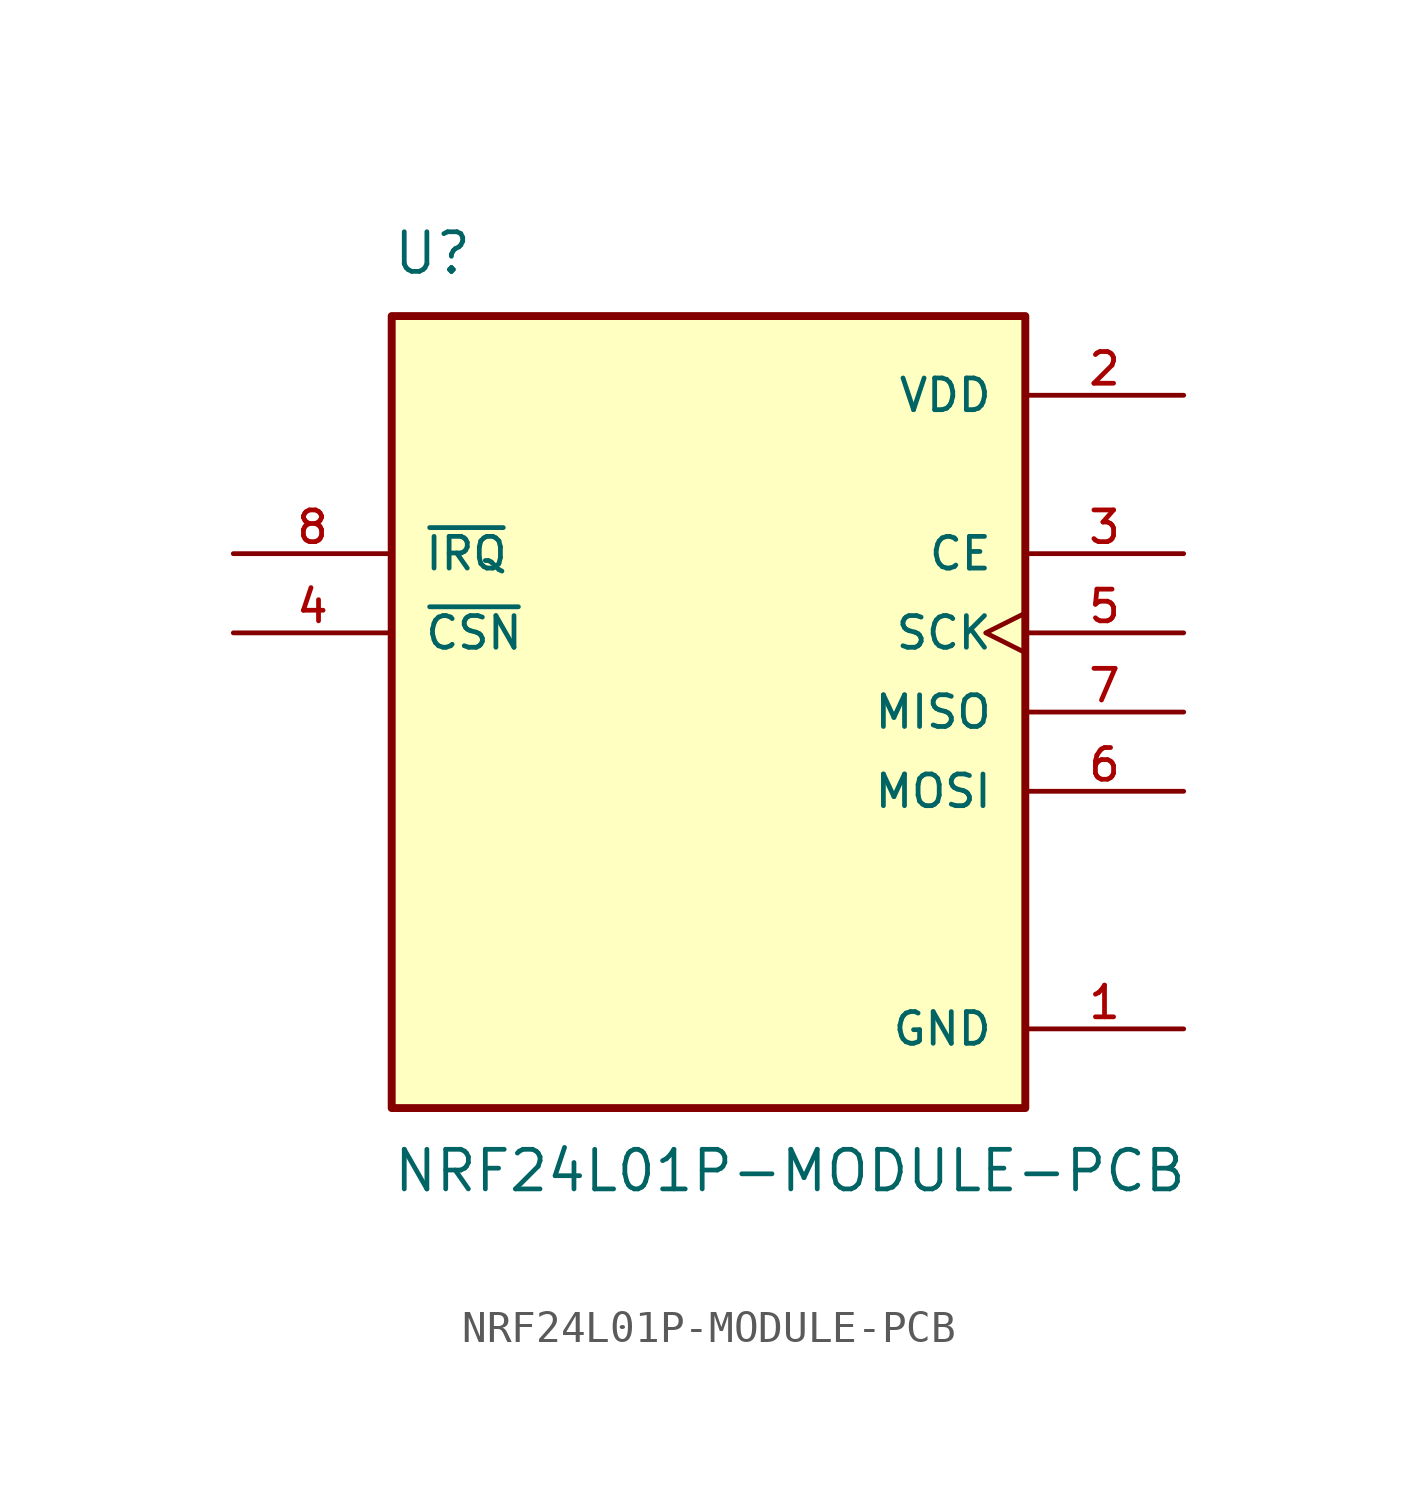
<source format=kicad_sym>
(kicad_symbol_lib
  (version 20211014)
  (generator kicad_symbol_editor)
  (symbol "NRF24L01P-MODULE-PCB"
    (pin_names
      (offset 1.016))
    (property "Reference" "U"
      (at -10.16 13.97 0)
      (effects (font (size 1.27 1.27)) (justify bottom left)))
    (property "Value" "NRF24L01P-MODULE-PCB"
      (at -10.16 -13.97 0)
      (effects (font (size 1.27 1.27)) (justify top left)))
    (symbol "NRF24L01P-MODULE-PCB_0_0"
      (rectangle (start -10.16 -12.7) (end 10.16 12.7) (stroke (width 0.254)) (fill (type background)))
      (pin power_in line (at 15.24 10.16 180.0) (length 5.08) (name "VDD" (effects (font (size 1.016 1.016)))) (number "2" (effects (font (size 1.016 1.016)))))
      (pin power_in line (at 15.24 -10.16 180.0) (length 5.08) (name "GND" (effects (font (size 1.016 1.016)))) (number "1" (effects (font (size 1.016 1.016)))))
      (pin input line (at 15.24 5.08 180.0) (length 5.08) (name "CE" (effects (font (size 1.016 1.016)))) (number "3" (effects (font (size 1.016 1.016)))))
      (pin input line (at 15.24 0.0 180.0) (length 5.08) (name "MISO" (effects (font (size 1.016 1.016)))) (number "7" (effects (font (size 1.016 1.016)))))
      (pin input line (at 15.24 -2.54 180.0) (length 5.08) (name "MOSI" (effects (font (size 1.016 1.016)))) (number "6" (effects (font (size 1.016 1.016)))))
      (pin input line (at -15.24 5.08 0) (length 5.08) (name "~{IRQ}" (effects (font (size 1.016 1.016)))) (number "8" (effects (font (size 1.016 1.016)))))
      (pin input clock (at 15.24 2.54 180.0) (length 5.08) (name "SCK" (effects (font (size 1.016 1.016)))) (number "5" (effects (font (size 1.016 1.016)))))
      (pin input line (at -15.24 2.54 0) (length 5.08) (name "~{CSN}" (effects (font (size 1.016 1.016)))) (number "4" (effects (font (size 1.016 1.016))))))))
</source>
